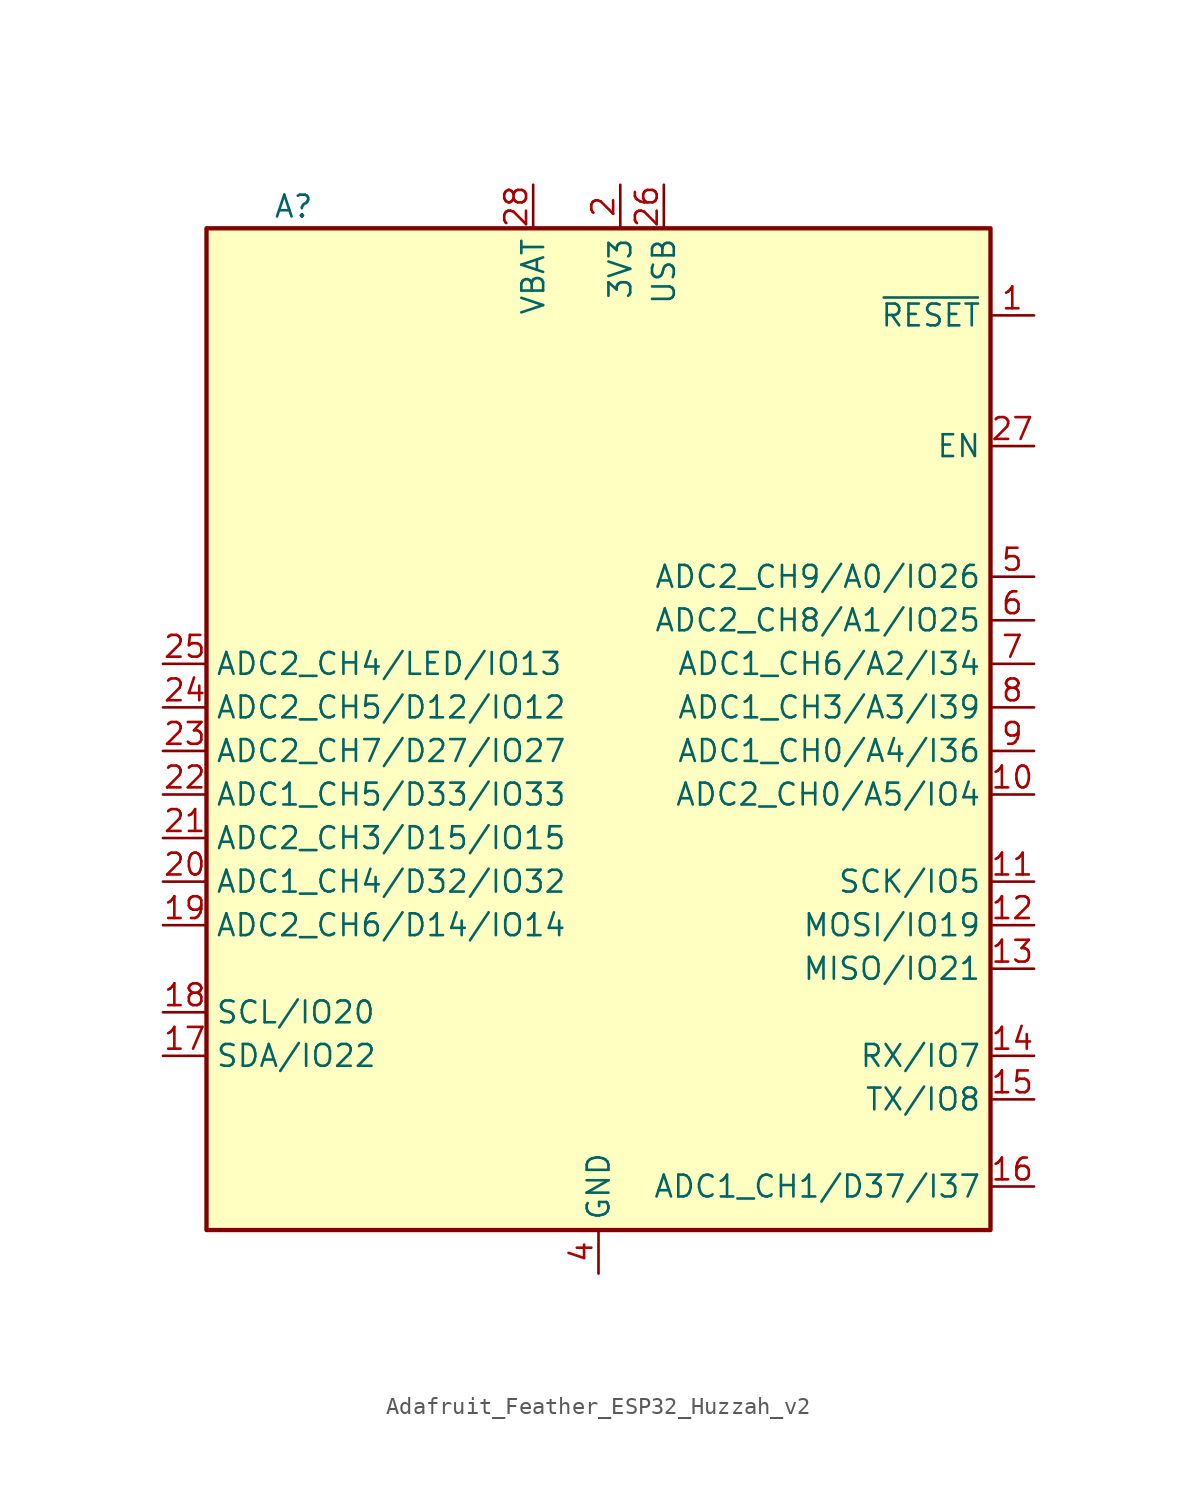
<source format=kicad_sym>
(kicad_symbol_lib
  (version 20231120)
  (generator "kicad_symbol_editor")
  (generator_version "8.0")
  (symbol "Adafruit_Feather_ESP32_Huzzah_v2"
    (property "Reference" "A"
      (at -17.78 0 0)
      (effects (font (size 1.27 1.27))))
    (property "Value" ""
      (at -17.78 0 0)
      (effects (font (size 1.27 1.27))))
    (symbol "Adafruit_Feather_ESP32_Huzzah_v2_0_1"
      (rectangle (start -22.86 -1.27) (end 22.86 -59.69) (stroke (width 0.254) (type default)) (fill (type background))))
    (symbol "Adafruit_Feather_ESP32_Huzzah_v2_1_1"
      (pin input line (at 25.4 -6.35 180) (length 2.54) (name "~{RESET}" (effects (font (size 1.27 1.27)))) (number "1" (effects (font (size 1.27 1.27)))))
      (pin bidirectional line (at 25.4 -34.29 180) (length 2.54) (name "ADC2_CH0/A5/IO4" (effects (font (size 1.27 1.27)))) (number "10" (effects (font (size 1.27 1.27)))))
      (pin bidirectional line (at 25.4 -39.37 180) (length 2.54) (name "SCK/IO5" (effects (font (size 1.27 1.27)))) (number "11" (effects (font (size 1.27 1.27)))))
      (pin bidirectional line (at 25.4 -41.91 180) (length 2.54) (name "MOSI/IO19" (effects (font (size 1.27 1.27)))) (number "12" (effects (font (size 1.27 1.27)))))
      (pin bidirectional line (at 25.4 -44.45 180) (length 2.54) (name "MISO/IO21" (effects (font (size 1.27 1.27)))) (number "13" (effects (font (size 1.27 1.27)))))
      (pin bidirectional line (at 25.4 -49.53 180) (length 2.54) (name "RX/IO7" (effects (font (size 1.27 1.27)))) (number "14" (effects (font (size 1.27 1.27)))))
      (pin bidirectional line (at 25.4 -52.07 180) (length 2.54) (name "TX/IO8" (effects (font (size 1.27 1.27)))) (number "15" (effects (font (size 1.27 1.27)))))
      (pin input line (at 25.4 -57.15 180) (length 2.54) (name "ADC1_CH1/D37/I37" (effects (font (size 1.27 1.27)))) (number "16" (effects (font (size 1.27 1.27)))))
      (pin bidirectional line (at -25.4 -49.53 0) (length 2.54) (name "SDA/IO22" (effects (font (size 1.27 1.27)))) (number "17" (effects (font (size 1.27 1.27)))))
      (pin bidirectional line (at -25.4 -46.99 0) (length 2.54) (name "SCL/IO20" (effects (font (size 1.27 1.27)))) (number "18" (effects (font (size 1.27 1.27)))))
      (pin bidirectional line (at -25.4 -41.91 0) (length 2.54) (name "ADC2_CH6/D14/IO14" (effects (font (size 1.27 1.27)))) (number "19" (effects (font (size 1.27 1.27)))))
      (pin power_in line (at 1.27 1.27 270) (length 2.54) (name "3V3" (effects (font (size 1.27 1.27)))) (number "2" (effects (font (size 1.27 1.27)))))
      (pin bidirectional line (at -25.4 -39.37 0) (length 2.54) (name "ADC1_CH4/D32/IO32" (effects (font (size 1.27 1.27)))) (number "20" (effects (font (size 1.27 1.27)))))
      (pin bidirectional line (at -25.4 -36.83 0) (length 2.54) (name "ADC2_CH3/D15/IO15" (effects (font (size 1.27 1.27)))) (number "21" (effects (font (size 1.27 1.27)))))
      (pin bidirectional line (at -25.4 -34.29 0) (length 2.54) (name "ADC1_CH5/D33/IO33" (effects (font (size 1.27 1.27)))) (number "22" (effects (font (size 1.27 1.27)))))
      (pin bidirectional line (at -25.4 -31.75 0) (length 2.54) (name "ADC2_CH7/D27/IO27" (effects (font (size 1.27 1.27)))) (number "23" (effects (font (size 1.27 1.27)))))
      (pin bidirectional line (at -25.4 -29.21 0) (length 2.54) (name "ADC2_CH5/D12/IO12" (effects (font (size 1.27 1.27)))) (number "24" (effects (font (size 1.27 1.27)))))
      (pin bidirectional line (at -25.4 -26.67 0) (length 2.54) (name "ADC2_CH4/LED/IO13" (effects (font (size 1.27 1.27)))) (number "25" (effects (font (size 1.27 1.27)))))
      (pin power_in line (at 3.81 1.27 270) (length 2.54) (name "USB" (effects (font (size 1.27 1.27)))) (number "26" (effects (font (size 1.27 1.27)))))
      (pin input line (at 25.4 -13.97 180) (length 2.54) (name "EN" (effects (font (size 1.27 1.27)))) (number "27" (effects (font (size 1.27 1.27)))))
      (pin power_in line (at -3.81 1.27 270) (length 2.54) (name "VBAT" (effects (font (size 1.27 1.27)))) (number "28" (effects (font (size 1.27 1.27)))))
      (pin no_connect line (at 25.4 -8.89 180) (length 2.54) hide (name "NC" (effects (font (size 1.27 1.27)))) (number "3" (effects (font (size 1.27 1.27)))))
      (pin power_in line (at 0 -62.23 90) (length 2.54) (name "GND" (effects (font (size 1.27 1.27)))) (number "4" (effects (font (size 1.27 1.27)))))
      (pin bidirectional line (at 25.4 -21.59 180) (length 2.54) (name "ADC2_CH9/A0/IO26" (effects (font (size 1.27 1.27)))) (number "5" (effects (font (size 1.27 1.27)))))
      (pin bidirectional line (at 25.4 -24.13 180) (length 2.54) (name "ADC2_CH8/A1/IO25" (effects (font (size 1.27 1.27)))) (number "6" (effects (font (size 1.27 1.27)))))
      (pin input line (at 25.4 -26.67 180) (length 2.54) (name "ADC1_CH6/A2/I34" (effects (font (size 1.27 1.27)))) (number "7" (effects (font (size 1.27 1.27)))))
      (pin input line (at 25.4 -29.21 180) (length 2.54) (name "ADC1_CH3/A3/I39" (effects (font (size 1.27 1.27)))) (number "8" (effects (font (size 1.27 1.27)))))
      (pin input line (at 25.4 -31.75 180) (length 2.54) (name "ADC1_CH0/A4/I36" (effects (font (size 1.27 1.27)))) (number "9" (effects (font (size 1.27 1.27))))))))
</source>
